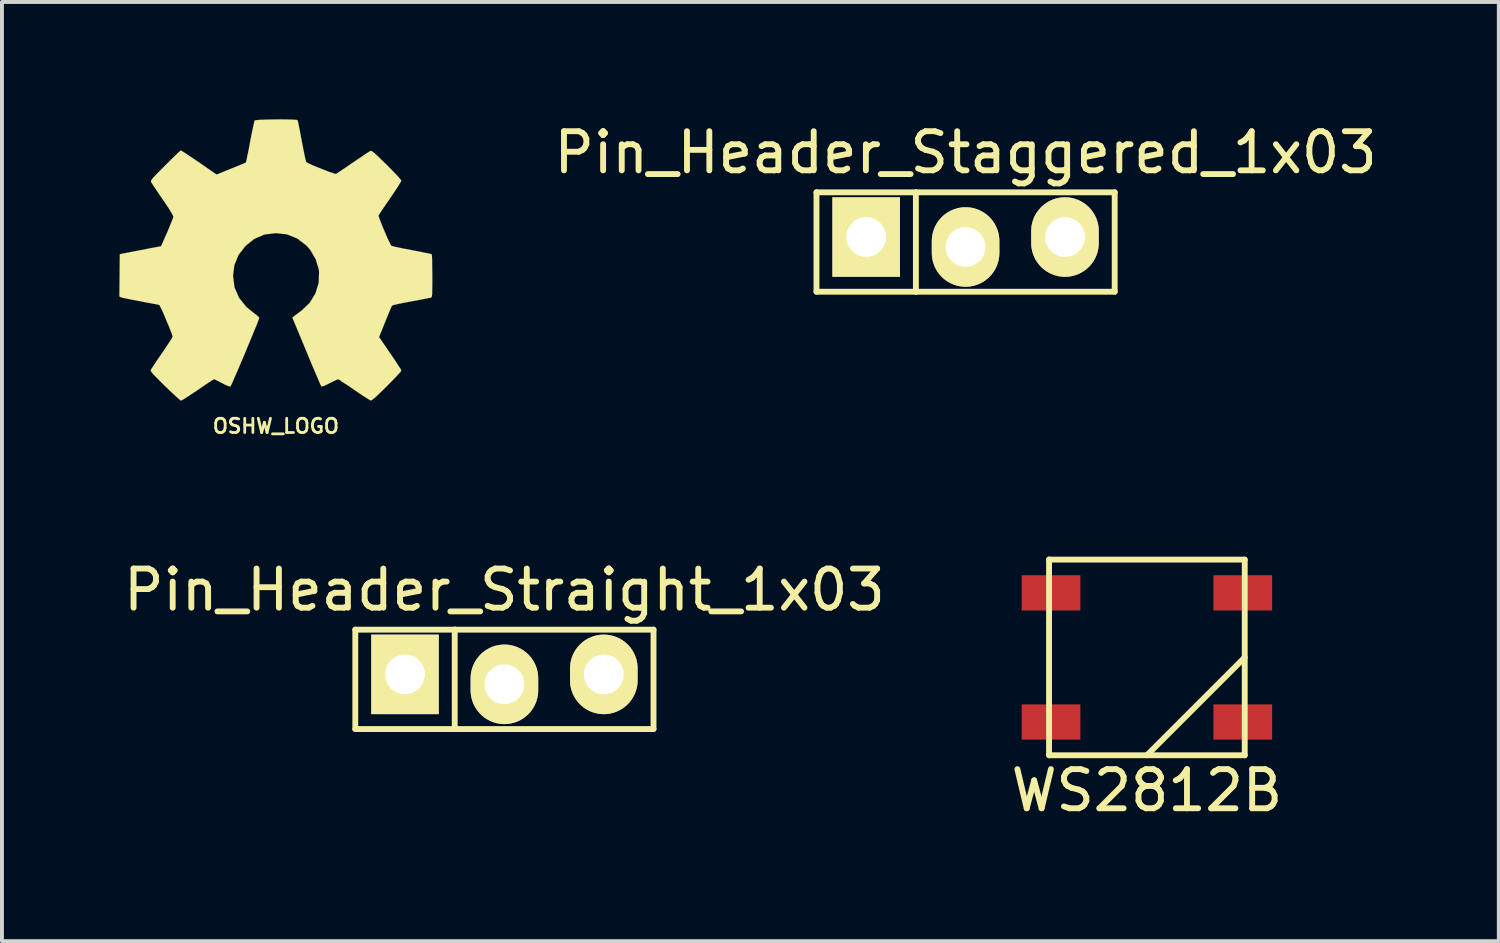
<source format=kicad_pcb>
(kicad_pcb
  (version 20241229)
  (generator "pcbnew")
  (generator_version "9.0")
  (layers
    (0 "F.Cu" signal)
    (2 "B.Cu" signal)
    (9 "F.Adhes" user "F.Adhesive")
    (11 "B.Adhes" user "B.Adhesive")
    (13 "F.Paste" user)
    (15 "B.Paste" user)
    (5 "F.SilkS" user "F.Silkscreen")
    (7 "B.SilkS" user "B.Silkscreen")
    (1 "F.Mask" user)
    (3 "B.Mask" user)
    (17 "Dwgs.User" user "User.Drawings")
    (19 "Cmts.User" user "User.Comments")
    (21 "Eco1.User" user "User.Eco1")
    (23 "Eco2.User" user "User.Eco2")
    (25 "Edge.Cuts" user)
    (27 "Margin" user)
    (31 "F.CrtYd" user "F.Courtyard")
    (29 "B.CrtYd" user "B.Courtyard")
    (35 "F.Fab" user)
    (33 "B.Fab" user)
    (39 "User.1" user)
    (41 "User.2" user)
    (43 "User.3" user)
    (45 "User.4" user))
  (footprint "Pin_Header_Straight_1x03"
    (layer "F.Cu")
    (at 9.839 14.309)
    (property "Reference" "Pin_Header_Straight_1x03" (at 0 -2.286 0) (layer "F.SilkS") (effects (font (size 1 1) (thickness 0.15))))
    (attr through_hole)
    (fp_line (start -3.81 -1.27) (end -3.81 1.27) (stroke (width 0.15) (type solid)) (layer "F.SilkS"))
    (fp_line (start -3.81 -1.27) (end -1.27 -1.27) (stroke (width 0.15) (type solid)) (layer "F.SilkS"))
    (fp_line (start -3.81 1.27) (end -1.27 1.27) (stroke (width 0.15) (type solid)) (layer "F.SilkS"))
    (fp_line (start -1.27 -1.27) (end -1.27 1.27) (stroke (width 0.15) (type solid)) (layer "F.SilkS"))
    (fp_line (start -1.27 1.27) (end 3.81 1.27) (stroke (width 0.15) (type solid)) (layer "F.SilkS"))
    (fp_line (start 3.81 -1.27) (end -1.27 -1.27) (stroke (width 0.15) (type solid)) (layer "F.SilkS"))
    (fp_line (start 3.81 1.27) (end 3.81 -1.27) (stroke (width 0.15) (type solid)) (layer "F.SilkS"))
    (pad "1" thru_hole rect (at -2.54 -0.127) (size 1.727 2.032) (drill 1.016) (layers "*.Cu" "*.Mask" "F.SilkS"))
    (pad "2" thru_hole oval (at 0 0.127) (size 1.727 2.032) (drill 1.016) (layers "*.Cu" "*.Mask" "F.SilkS"))
    (pad "3" thru_hole oval (at 2.54 -0.127) (size 1.727 2.032) (drill 1.016) (layers "*.Cu" "*.Mask" "F.SilkS")))
  (footprint "Pin_Header_Staggered_1x03"
    (layer "F.Cu")
    (at 21.623 3.134)
    (property "Reference" "Pin_Header_Staggered_1x03" (at 0 -2.286 0) (layer "F.SilkS") (effects (font (size 1 1) (thickness 0.15))))
    (attr through_hole)
    (fp_line (start -3.81 -1.27) (end -3.81 1.27) (stroke (width 0.15) (type solid)) (layer "F.SilkS"))
    (fp_line (start -3.81 -1.27) (end -1.27 -1.27) (stroke (width 0.15) (type solid)) (layer "F.SilkS"))
    (fp_line (start -3.81 1.27) (end -1.27 1.27) (stroke (width 0.15) (type solid)) (layer "F.SilkS"))
    (fp_line (start -1.27 -1.27) (end -1.27 1.27) (stroke (width 0.15) (type solid)) (layer "F.SilkS"))
    (fp_line (start -1.27 1.27) (end 3.81 1.27) (stroke (width 0.15) (type solid)) (layer "F.SilkS"))
    (fp_line (start 3.81 -1.27) (end -1.27 -1.27) (stroke (width 0.15) (type solid)) (layer "F.SilkS"))
    (fp_line (start 3.81 1.27) (end 3.81 -1.27) (stroke (width 0.15) (type solid)) (layer "F.SilkS"))
    (pad "1" thru_hole rect (at -2.54 -0.127) (size 1.727 2.032) (drill 1.016) (layers "*.Cu" "*.Mask" "F.SilkS"))
    (pad "2" thru_hole oval (at 0 0.127) (size 1.727 2.032) (drill 1.016) (layers "*.Cu" "*.Mask" "F.SilkS"))
    (pad "3" thru_hole oval (at 2.54 -0.127) (size 1.727 2.032) (drill 1.016) (layers "*.Cu" "*.Mask" "F.SilkS")))
  (footprint "WS2812B"
    (layer "F.Cu")
    (at 26.256 13.749)
    (property "Reference" "WS2812B" (at 0 3.4 0) (layer "F.SilkS") (effects (font (size 1 1) (thickness 0.15))))
    (attr through_hole)
    (fp_line (start -2.5 -2.5) (end 2.5 -2.5) (stroke (width 0.15) (type solid)) (layer "F.SilkS"))
    (fp_line (start -2.5 2.5) (end -2.5 -2.5) (stroke (width 0.15) (type solid)) (layer "F.SilkS"))
    (fp_line (start 2.5 -2.5) (end 2.5 2.5) (stroke (width 0.15) (type solid)) (layer "F.SilkS"))
    (fp_line (start 2.5 0) (end 0 2.5) (stroke (width 0.15) (type solid)) (layer "F.SilkS"))
    (fp_line (start 2.5 2.5) (end -2.5 2.5) (stroke (width 0.15) (type solid)) (layer "F.SilkS"))
    (pad "1" smd rect (at -2.45 -1.65) (size 1.5 0.9) (layers "F.Cu" "F.Mask" "F.Paste"))
    (pad "2" smd rect (at -2.45 1.65) (size 1.5 0.9) (layers "F.Cu" "F.Mask" "F.Paste"))
    (pad "3" smd rect (at 2.45 1.65) (size 1.5 0.9) (layers "F.Cu" "F.Mask" "F.Paste"))
    (pad "4" smd rect (at 2.45 -1.65) (size 1.5 0.9) (layers "F.Cu" "F.Mask" "F.Paste")))
  (footprint "OSHW_LOGO"
    (layer "F.Cu")
    (at 3.999 3.595)
    (property "Reference" "OSHW_LOGO" (at 0 4.242 0) (layer "F.SilkS") (effects (font (size 0.363 0.363) (thickness 0.071))))
    (attr through_hole)
    (fp_poly (pts (xy -2.423 3.592) (xy -2.383 3.571) (xy -2.289 3.513) (xy -2.154 3.424) (xy -1.996 3.32) (xy -1.839 3.211) (xy -1.709 3.124) (xy -1.618 3.066) (xy -1.58 3.045) (xy -1.56 3.051) (xy -1.483 3.089) (xy -1.374 3.145) (xy -1.311 3.178) (xy -1.212 3.221) (xy -1.161 3.231) (xy -1.153 3.216) (xy -1.115 3.139) (xy -1.059 3.007) (xy -0.983 2.835) (xy -0.897 2.631) (xy -0.803 2.413) (xy -0.711 2.189) (xy -0.622 1.976) (xy -0.544 1.786) (xy -0.48 1.631) (xy -0.439 1.521) (xy -0.424 1.476) (xy -0.429 1.466) (xy -0.48 1.417) (xy -0.566 1.351) (xy -0.757 1.196) (xy -0.942 0.963) (xy -1.057 0.699) (xy -1.095 0.404) (xy -1.062 0.132) (xy -0.955 -0.13) (xy -0.772 -0.366) (xy -0.551 -0.541) (xy -0.292 -0.653) (xy 0 -0.688) (xy 0.279 -0.658) (xy 0.546 -0.551) (xy 0.782 -0.371) (xy 0.881 -0.257) (xy 1.019 -0.018) (xy 1.097 0.239) (xy 1.105 0.302) (xy 1.095 0.584) (xy 1.011 0.853) (xy 0.864 1.095) (xy 0.658 1.29) (xy 0.63 1.311) (xy 0.536 1.382) (xy 0.472 1.43) (xy 0.422 1.471) (xy 0.78 2.332) (xy 0.836 2.469) (xy 0.935 2.705) (xy 1.021 2.908) (xy 1.09 3.068) (xy 1.138 3.178) (xy 1.158 3.221) (xy 1.161 3.223) (xy 1.191 3.228) (xy 1.257 3.203) (xy 1.377 3.145) (xy 1.458 3.104) (xy 1.549 3.061) (xy 1.59 3.045) (xy 1.626 3.063) (xy 1.712 3.122) (xy 1.841 3.205) (xy 1.994 3.31) (xy 2.141 3.411) (xy 2.276 3.5) (xy 2.375 3.561) (xy 2.423 3.589) (xy 2.431 3.589) (xy 2.471 3.564) (xy 2.55 3.5) (xy 2.667 3.388) (xy 2.832 3.226) (xy 2.857 3.2) (xy 2.995 3.061) (xy 3.106 2.944) (xy 3.18 2.863) (xy 3.205 2.824) (xy 3.183 2.776) (xy 3.119 2.68) (xy 3.03 2.543) (xy 2.921 2.383) (xy 2.637 1.968) (xy 2.794 1.577) (xy 2.842 1.458) (xy 2.903 1.313) (xy 2.946 1.209) (xy 2.972 1.163) (xy 3.012 1.148) (xy 3.122 1.123) (xy 3.277 1.09) (xy 3.459 1.057) (xy 3.637 1.024) (xy 3.797 0.993) (xy 3.912 0.97) (xy 3.962 0.96) (xy 3.975 0.953) (xy 3.985 0.927) (xy 3.993 0.874) (xy 3.995 0.777) (xy 3.998 0.625) (xy 3.998 0.404) (xy 3.998 0.381) (xy 3.995 0.17) (xy 3.993 0.003) (xy 3.988 -0.107) (xy 3.98 -0.15) (xy 3.929 -0.163) (xy 3.818 -0.185) (xy 3.658 -0.218) (xy 3.467 -0.254) (xy 3.457 -0.257) (xy 3.266 -0.292) (xy 3.109 -0.325) (xy 2.997 -0.351) (xy 2.951 -0.366) (xy 2.941 -0.378) (xy 2.903 -0.452) (xy 2.847 -0.569) (xy 2.786 -0.714) (xy 2.723 -0.861) (xy 2.67 -0.996) (xy 2.634 -1.095) (xy 2.624 -1.14) (xy 2.652 -1.186) (xy 2.718 -1.285) (xy 2.809 -1.42) (xy 2.921 -1.582) (xy 2.929 -1.595) (xy 3.038 -1.755) (xy 3.127 -1.89) (xy 3.185 -1.986) (xy 3.205 -2.029) (xy 3.205 -2.032) (xy 3.17 -2.08) (xy 3.089 -2.169) (xy 2.972 -2.291) (xy 2.832 -2.433) (xy 2.786 -2.477) (xy 2.631 -2.629) (xy 2.525 -2.728) (xy 2.456 -2.781) (xy 2.423 -2.794) (xy 2.423 -2.791) (xy 2.375 -2.764) (xy 2.273 -2.697) (xy 2.136 -2.603) (xy 1.974 -2.494) (xy 1.963 -2.487) (xy 1.803 -2.377) (xy 1.671 -2.289) (xy 1.575 -2.225) (xy 1.534 -2.2) (xy 1.527 -2.2) (xy 1.463 -2.22) (xy 1.349 -2.258) (xy 1.209 -2.314) (xy 1.062 -2.372) (xy 0.927 -2.428) (xy 0.826 -2.477) (xy 0.777 -2.502) (xy 0.777 -2.504) (xy 0.759 -2.563) (xy 0.732 -2.682) (xy 0.699 -2.847) (xy 0.66 -3.043) (xy 0.655 -3.073) (xy 0.62 -3.264) (xy 0.589 -3.421) (xy 0.566 -3.531) (xy 0.554 -3.576) (xy 0.528 -3.581) (xy 0.434 -3.589) (xy 0.292 -3.592) (xy 0.119 -3.594) (xy -0.061 -3.592) (xy -0.236 -3.589) (xy -0.389 -3.584) (xy -0.495 -3.576) (xy -0.541 -3.566) (xy -0.544 -3.564) (xy -0.559 -3.505) (xy -0.584 -3.386) (xy -0.62 -3.221) (xy -0.658 -3.023) (xy -0.663 -2.99) (xy -0.699 -2.799) (xy -0.732 -2.644) (xy -0.754 -2.535) (xy -0.767 -2.494) (xy -0.782 -2.484) (xy -0.861 -2.451) (xy -0.988 -2.398) (xy -1.148 -2.334) (xy -1.514 -2.184) (xy -1.961 -2.494) (xy -2.004 -2.522) (xy -2.164 -2.631) (xy -2.299 -2.72) (xy -2.39 -2.779) (xy -2.428 -2.802) (xy -2.431 -2.799) (xy -2.477 -2.761) (xy -2.565 -2.677) (xy -2.687 -2.558) (xy -2.827 -2.418) (xy -2.931 -2.314) (xy -3.056 -2.187) (xy -3.134 -2.103) (xy -3.178 -2.047) (xy -3.193 -2.014) (xy -3.188 -1.994) (xy -3.16 -1.948) (xy -3.094 -1.849) (xy -3.002 -1.712) (xy -2.893 -1.554) (xy -2.802 -1.42) (xy -2.705 -1.27) (xy -2.642 -1.163) (xy -2.619 -1.11) (xy -2.624 -1.087) (xy -2.657 -1.001) (xy -2.71 -0.866) (xy -2.776 -0.709) (xy -2.934 -0.353) (xy -3.167 -0.31) (xy -3.307 -0.282) (xy -3.505 -0.244) (xy -3.693 -0.208) (xy -3.988 -0.15) (xy -3.998 0.932) (xy -3.952 0.953) (xy -3.909 0.965) (xy -3.8 0.988) (xy -3.645 1.019) (xy -3.459 1.054) (xy -3.305 1.085) (xy -3.145 1.113) (xy -3.033 1.135) (xy -2.982 1.146) (xy -2.969 1.163) (xy -2.929 1.24) (xy -2.873 1.361) (xy -2.812 1.509) (xy -2.748 1.659) (xy -2.692 1.798) (xy -2.652 1.905) (xy -2.639 1.961) (xy -2.659 2.004) (xy -2.72 2.095) (xy -2.807 2.228) (xy -2.913 2.385) (xy -3.023 2.543) (xy -3.111 2.677) (xy -3.175 2.774) (xy -3.2 2.817) (xy -3.188 2.847) (xy -3.127 2.924) (xy -3.007 3.045) (xy -2.832 3.221) (xy -2.802 3.249) (xy -2.662 3.383) (xy -2.543 3.493) (xy -2.461 3.566) (xy -2.423 3.592)) (stroke (width 0.003) (type solid)) (fill yes) (layer "F.SilkS")))
  (gr_rect
    (start -3 -3)
    (end 35.248 20.998)
    (stroke (width 0.1) (type default))
    (fill no)
    (layer "Edge.Cuts")))
</source>
